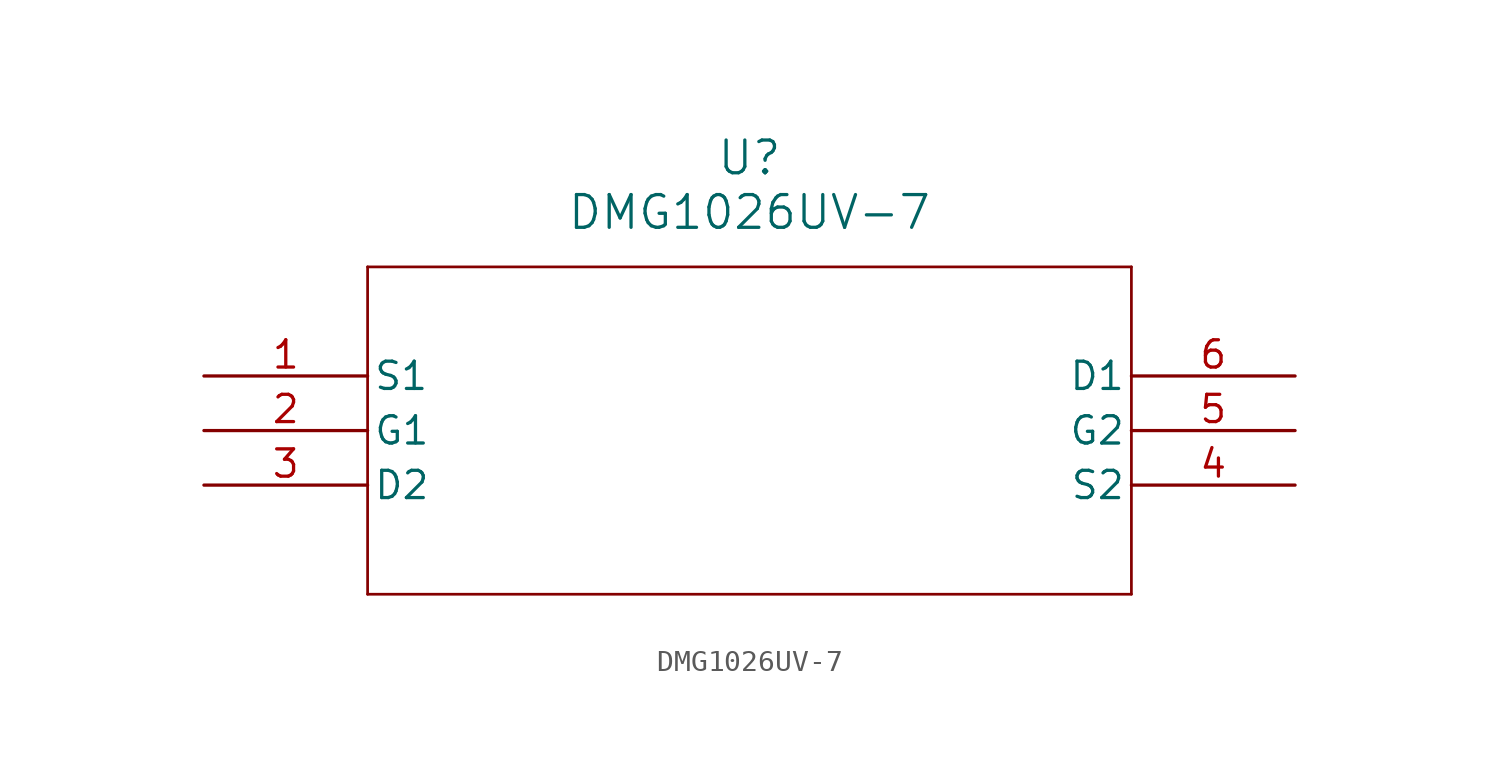
<source format=kicad_sym>
(kicad_symbol_lib
  (version 20211014)
  (generator kicad_symbol_editor)
  (symbol "DMG1026UV-7"
    (pin_names
      (offset 0.254))
    (property "Reference" "U"
      (at 25.4 10.16 0)
      (effects (font (size 1.524 1.524))))
    (property "Value" "DMG1026UV-7"
      (at 25.4 7.62 0)
      (effects (font (size 1.524 1.524))))
    (symbol "DMG1026UV-7_0_1"
      (polyline (pts (xy 7.62 5.08) (xy 7.62 -10.16)) (stroke (width 0.127) (type default) (color 0 0 0 0)) (fill (type none)))
      (polyline (pts (xy 7.62 -10.16) (xy 43.18 -10.16)) (stroke (width 0.127) (type default) (color 0 0 0 0)) (fill (type none)))
      (polyline (pts (xy 43.18 -10.16) (xy 43.18 5.08)) (stroke (width 0.127) (type default) (color 0 0 0 0)) (fill (type none)))
      (polyline (pts (xy 43.18 5.08) (xy 7.62 5.08)) (stroke (width 0.127) (type default) (color 0 0 0 0)) (fill (type none)))
      (pin unspecified line (at 0 0 0) (length 7.62) (name "S1" (effects (font (size 1.27 1.27)))) (number "1" (effects (font (size 1.27 1.27)))))
      (pin unspecified line (at 0 -2.54 0) (length 7.62) (name "G1" (effects (font (size 1.27 1.27)))) (number "2" (effects (font (size 1.27 1.27)))))
      (pin unspecified line (at 0 -5.08 0) (length 7.62) (name "D2" (effects (font (size 1.27 1.27)))) (number "3" (effects (font (size 1.27 1.27)))))
      (pin unspecified line (at 50.8 -5.08 180) (length 7.62) (name "S2" (effects (font (size 1.27 1.27)))) (number "4" (effects (font (size 1.27 1.27)))))
      (pin unspecified line (at 50.8 -2.54 180) (length 7.62) (name "G2" (effects (font (size 1.27 1.27)))) (number "5" (effects (font (size 1.27 1.27)))))
      (pin unspecified line (at 50.8 0 180) (length 7.62) (name "D1" (effects (font (size 1.27 1.27)))) (number "6" (effects (font (size 1.27 1.27))))))))
</source>
